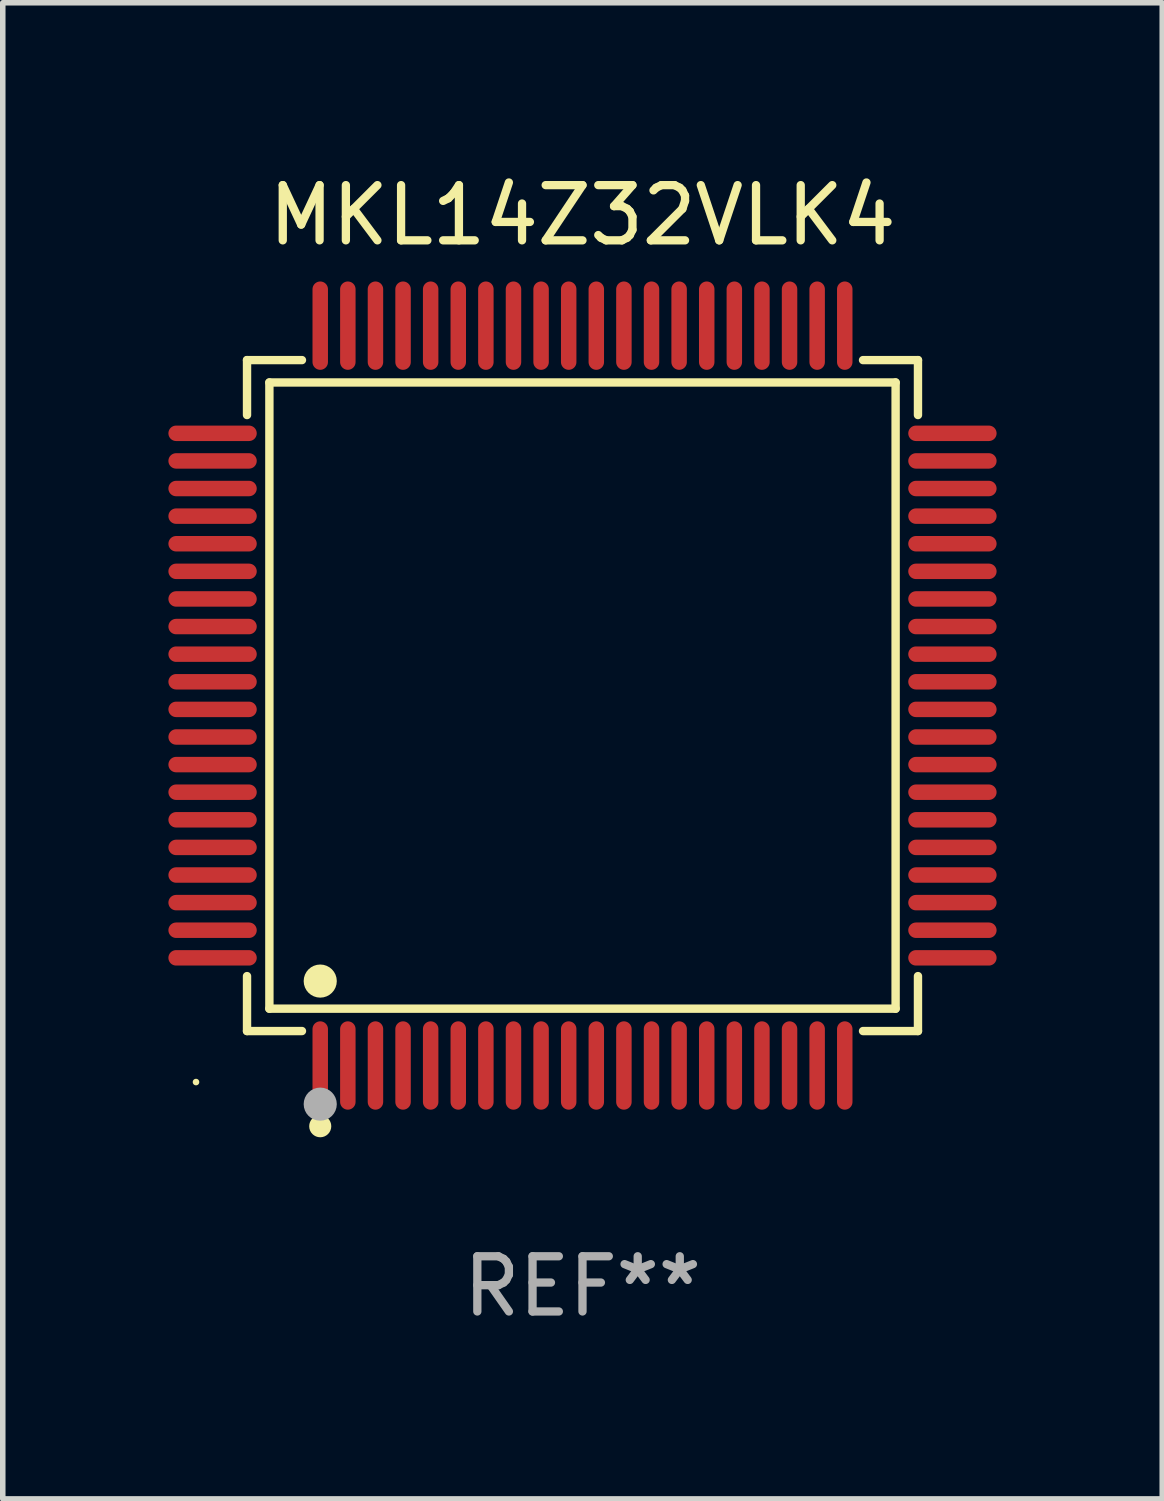
<source format=kicad_pcb>
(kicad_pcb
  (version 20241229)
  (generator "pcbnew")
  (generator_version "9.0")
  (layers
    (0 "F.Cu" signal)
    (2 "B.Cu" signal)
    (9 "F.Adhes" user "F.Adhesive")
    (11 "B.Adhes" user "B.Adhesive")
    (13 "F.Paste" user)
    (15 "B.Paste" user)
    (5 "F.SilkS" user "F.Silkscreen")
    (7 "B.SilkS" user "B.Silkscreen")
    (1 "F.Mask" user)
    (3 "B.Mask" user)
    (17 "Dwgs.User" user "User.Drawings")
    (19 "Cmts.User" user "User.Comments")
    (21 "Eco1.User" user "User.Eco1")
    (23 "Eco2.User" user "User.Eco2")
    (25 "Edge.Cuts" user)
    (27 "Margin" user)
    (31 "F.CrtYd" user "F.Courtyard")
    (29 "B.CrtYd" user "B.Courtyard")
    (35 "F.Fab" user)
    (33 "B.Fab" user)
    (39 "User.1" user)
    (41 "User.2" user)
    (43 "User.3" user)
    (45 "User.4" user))
  (footprint "MKL14Z32VLK4"
    (layer "F.Cu")
    (at 7.5 9.548)
    (property "Reference" "MKL14Z32VLK4" (at 0 -8.7 0) (layer "F.SilkS") (effects (font (size 1 1) (thickness 0.15))))
    (attr through_hole)
    (fp_line (start -6.076 -6.076) (end -5.081 -6.076) (stroke (width 0.152) (type solid)) (layer "F.SilkS"))
    (fp_line (start -6.076 -5.081) (end -6.076 -6.076) (stroke (width 0.152) (type solid)) (layer "F.SilkS"))
    (fp_line (start -6.076 5.081) (end -6.076 6.076) (stroke (width 0.152) (type solid)) (layer "F.SilkS"))
    (fp_line (start -6.076 6.076) (end -5.081 6.076) (stroke (width 0.152) (type solid)) (layer "F.SilkS"))
    (fp_line (start -5.671 -5.671) (end 5.671 -5.671) (stroke (width 0.152) (type solid)) (layer "F.SilkS"))
    (fp_line (start -5.671 5.671) (end -5.671 -5.671) (stroke (width 0.152) (type solid)) (layer "F.SilkS"))
    (fp_line (start 5.671 -5.671) (end 5.671 5.671) (stroke (width 0.152) (type solid)) (layer "F.SilkS"))
    (fp_line (start 5.671 5.671) (end -5.671 5.671) (stroke (width 0.152) (type solid)) (layer "F.SilkS"))
    (fp_line (start 6.076 -6.076) (end 5.081 -6.076) (stroke (width 0.152) (type solid)) (layer "F.SilkS"))
    (fp_line (start 6.076 -5.081) (end 6.076 -6.076) (stroke (width 0.152) (type solid)) (layer "F.SilkS"))
    (fp_line (start 6.076 5.081) (end 6.076 6.076) (stroke (width 0.152) (type solid)) (layer "F.SilkS"))
    (fp_line (start 6.076 6.076) (end 5.081 6.076) (stroke (width 0.152) (type solid)) (layer "F.SilkS"))
    (fp_circle (center -7 7) (end -6.97 7) (stroke (width 0.06) (type solid)) (fill no) (layer "F.SilkS"))
    (fp_circle (center -4.75 5.171) (end -4.6 5.171) (stroke (width 0.3) (type solid)) (fill no) (layer "F.SilkS"))
    (fp_circle (center -4.75 7.8) (end -4.65 7.8) (stroke (width 0.2) (type solid)) (fill no) (layer "F.SilkS"))
    (fp_circle (center -4.75 7.4) (end -4.6 7.4) (stroke (width 0.3) (type solid)) (fill no) (layer "F.Fab"))
    (fp_text user "REF**" (at 0 10.7 0) (layer "F.Fab") (effects (font (size 1 1) (thickness 0.15))))
    (pad "1" smd oval (at -4.75 6.7) (size 0.28 1.6) (layers "F.Cu" "F.Mask" "F.Paste"))
    (pad "2" smd oval (at -4.25 6.7) (size 0.28 1.6) (layers "F.Cu" "F.Mask" "F.Paste"))
    (pad "3" smd oval (at -3.75 6.7) (size 0.28 1.6) (layers "F.Cu" "F.Mask" "F.Paste"))
    (pad "4" smd oval (at -3.25 6.7) (size 0.28 1.6) (layers "F.Cu" "F.Mask" "F.Paste"))
    (pad "5" smd oval (at -2.75 6.7) (size 0.28 1.6) (layers "F.Cu" "F.Mask" "F.Paste"))
    (pad "6" smd oval (at -2.25 6.7) (size 0.28 1.6) (layers "F.Cu" "F.Mask" "F.Paste"))
    (pad "7" smd oval (at -1.75 6.7) (size 0.28 1.6) (layers "F.Cu" "F.Mask" "F.Paste"))
    (pad "8" smd oval (at -1.25 6.7) (size 0.28 1.6) (layers "F.Cu" "F.Mask" "F.Paste"))
    (pad "9" smd oval (at -0.75 6.7) (size 0.28 1.6) (layers "F.Cu" "F.Mask" "F.Paste"))
    (pad "10" smd oval (at -0.25 6.7) (size 0.28 1.6) (layers "F.Cu" "F.Mask" "F.Paste"))
    (pad "11" smd oval (at 0.25 6.7) (size 0.28 1.6) (layers "F.Cu" "F.Mask" "F.Paste"))
    (pad "12" smd oval (at 0.75 6.7) (size 0.28 1.6) (layers "F.Cu" "F.Mask" "F.Paste"))
    (pad "13" smd oval (at 1.25 6.7) (size 0.28 1.6) (layers "F.Cu" "F.Mask" "F.Paste"))
    (pad "14" smd oval (at 1.75 6.7) (size 0.28 1.6) (layers "F.Cu" "F.Mask" "F.Paste"))
    (pad "15" smd oval (at 2.25 6.7) (size 0.28 1.6) (layers "F.Cu" "F.Mask" "F.Paste"))
    (pad "16" smd oval (at 2.75 6.7) (size 0.28 1.6) (layers "F.Cu" "F.Mask" "F.Paste"))
    (pad "17" smd oval (at 3.25 6.7) (size 0.28 1.6) (layers "F.Cu" "F.Mask" "F.Paste"))
    (pad "18" smd oval (at 3.75 6.7) (size 0.28 1.6) (layers "F.Cu" "F.Mask" "F.Paste"))
    (pad "19" smd oval (at 4.25 6.7) (size 0.28 1.6) (layers "F.Cu" "F.Mask" "F.Paste"))
    (pad "20" smd oval (at 4.75 6.7) (size 0.28 1.6) (layers "F.Cu" "F.Mask" "F.Paste"))
    (pad "21" smd oval (at 6.7 4.75) (size 1.6 0.28) (layers "F.Cu" "F.Mask" "F.Paste"))
    (pad "22" smd oval (at 6.7 4.25) (size 1.6 0.28) (layers "F.Cu" "F.Mask" "F.Paste"))
    (pad "23" smd oval (at 6.7 3.75) (size 1.6 0.28) (layers "F.Cu" "F.Mask" "F.Paste"))
    (pad "24" smd oval (at 6.7 3.25) (size 1.6 0.28) (layers "F.Cu" "F.Mask" "F.Paste"))
    (pad "25" smd oval (at 6.7 2.75) (size 1.6 0.28) (layers "F.Cu" "F.Mask" "F.Paste"))
    (pad "26" smd oval (at 6.7 2.25) (size 1.6 0.28) (layers "F.Cu" "F.Mask" "F.Paste"))
    (pad "27" smd oval (at 6.7 1.75) (size 1.6 0.28) (layers "F.Cu" "F.Mask" "F.Paste"))
    (pad "28" smd oval (at 6.7 1.25) (size 1.6 0.28) (layers "F.Cu" "F.Mask" "F.Paste"))
    (pad "29" smd oval (at 6.7 0.75) (size 1.6 0.28) (layers "F.Cu" "F.Mask" "F.Paste"))
    (pad "30" smd oval (at 6.7 0.25) (size 1.6 0.28) (layers "F.Cu" "F.Mask" "F.Paste"))
    (pad "31" smd oval (at 6.7 -0.25) (size 1.6 0.28) (layers "F.Cu" "F.Mask" "F.Paste"))
    (pad "32" smd oval (at 6.7 -0.75) (size 1.6 0.28) (layers "F.Cu" "F.Mask" "F.Paste"))
    (pad "33" smd oval (at 6.7 -1.25) (size 1.6 0.28) (layers "F.Cu" "F.Mask" "F.Paste"))
    (pad "34" smd oval (at 6.7 -1.75) (size 1.6 0.28) (layers "F.Cu" "F.Mask" "F.Paste"))
    (pad "35" smd oval (at 6.7 -2.25) (size 1.6 0.28) (layers "F.Cu" "F.Mask" "F.Paste"))
    (pad "36" smd oval (at 6.7 -2.75) (size 1.6 0.28) (layers "F.Cu" "F.Mask" "F.Paste"))
    (pad "37" smd oval (at 6.7 -3.25) (size 1.6 0.28) (layers "F.Cu" "F.Mask" "F.Paste"))
    (pad "38" smd oval (at 6.7 -3.75) (size 1.6 0.28) (layers "F.Cu" "F.Mask" "F.Paste"))
    (pad "39" smd oval (at 6.7 -4.25) (size 1.6 0.28) (layers "F.Cu" "F.Mask" "F.Paste"))
    (pad "40" smd oval (at 6.7 -4.75) (size 1.6 0.28) (layers "F.Cu" "F.Mask" "F.Paste"))
    (pad "41" smd oval (at 4.75 -6.7) (size 0.28 1.6) (layers "F.Cu" "F.Mask" "F.Paste"))
    (pad "42" smd oval (at 4.25 -6.7) (size 0.28 1.6) (layers "F.Cu" "F.Mask" "F.Paste"))
    (pad "43" smd oval (at 3.75 -6.7) (size 0.28 1.6) (layers "F.Cu" "F.Mask" "F.Paste"))
    (pad "44" smd oval (at 3.25 -6.7) (size 0.28 1.6) (layers "F.Cu" "F.Mask" "F.Paste"))
    (pad "45" smd oval (at 2.75 -6.7) (size 0.28 1.6) (layers "F.Cu" "F.Mask" "F.Paste"))
    (pad "46" smd oval (at 2.25 -6.7) (size 0.28 1.6) (layers "F.Cu" "F.Mask" "F.Paste"))
    (pad "47" smd oval (at 1.75 -6.7) (size 0.28 1.6) (layers "F.Cu" "F.Mask" "F.Paste"))
    (pad "48" smd oval (at 1.25 -6.7) (size 0.28 1.6) (layers "F.Cu" "F.Mask" "F.Paste"))
    (pad "49" smd oval (at 0.75 -6.7) (size 0.28 1.6) (layers "F.Cu" "F.Mask" "F.Paste"))
    (pad "50" smd oval (at 0.25 -6.7) (size 0.28 1.6) (layers "F.Cu" "F.Mask" "F.Paste"))
    (pad "51" smd oval (at -0.25 -6.7) (size 0.28 1.6) (layers "F.Cu" "F.Mask" "F.Paste"))
    (pad "52" smd oval (at -0.75 -6.7) (size 0.28 1.6) (layers "F.Cu" "F.Mask" "F.Paste"))
    (pad "53" smd oval (at -1.25 -6.7) (size 0.28 1.6) (layers "F.Cu" "F.Mask" "F.Paste"))
    (pad "54" smd oval (at -1.75 -6.7) (size 0.28 1.6) (layers "F.Cu" "F.Mask" "F.Paste"))
    (pad "55" smd oval (at -2.25 -6.7) (size 0.28 1.6) (layers "F.Cu" "F.Mask" "F.Paste"))
    (pad "56" smd oval (at -2.75 -6.7) (size 0.28 1.6) (layers "F.Cu" "F.Mask" "F.Paste"))
    (pad "57" smd oval (at -3.25 -6.7) (size 0.28 1.6) (layers "F.Cu" "F.Mask" "F.Paste"))
    (pad "58" smd oval (at -3.75 -6.7) (size 0.28 1.6) (layers "F.Cu" "F.Mask" "F.Paste"))
    (pad "59" smd oval (at -4.25 -6.7) (size 0.28 1.6) (layers "F.Cu" "F.Mask" "F.Paste"))
    (pad "60" smd oval (at -4.75 -6.7) (size 0.28 1.6) (layers "F.Cu" "F.Mask" "F.Paste"))
    (pad "61" smd oval (at -6.7 -4.75) (size 1.6 0.28) (layers "F.Cu" "F.Mask" "F.Paste"))
    (pad "62" smd oval (at -6.7 -4.25) (size 1.6 0.28) (layers "F.Cu" "F.Mask" "F.Paste"))
    (pad "63" smd oval (at -6.7 -3.75) (size 1.6 0.28) (layers "F.Cu" "F.Mask" "F.Paste"))
    (pad "64" smd oval (at -6.7 -3.25) (size 1.6 0.28) (layers "F.Cu" "F.Mask" "F.Paste"))
    (pad "65" smd oval (at -6.7 -2.75) (size 1.6 0.28) (layers "F.Cu" "F.Mask" "F.Paste"))
    (pad "66" smd oval (at -6.7 -2.25) (size 1.6 0.28) (layers "F.Cu" "F.Mask" "F.Paste"))
    (pad "67" smd oval (at -6.7 -1.75) (size 1.6 0.28) (layers "F.Cu" "F.Mask" "F.Paste"))
    (pad "68" smd oval (at -6.7 -1.25) (size 1.6 0.28) (layers "F.Cu" "F.Mask" "F.Paste"))
    (pad "69" smd oval (at -6.7 -0.75) (size 1.6 0.28) (layers "F.Cu" "F.Mask" "F.Paste"))
    (pad "70" smd oval (at -6.7 -0.25) (size 1.6 0.28) (layers "F.Cu" "F.Mask" "F.Paste"))
    (pad "71" smd oval (at -6.7 0.25) (size 1.6 0.28) (layers "F.Cu" "F.Mask" "F.Paste"))
    (pad "72" smd oval (at -6.7 0.75) (size 1.6 0.28) (layers "F.Cu" "F.Mask" "F.Paste"))
    (pad "73" smd oval (at -6.7 1.25) (size 1.6 0.28) (layers "F.Cu" "F.Mask" "F.Paste"))
    (pad "74" smd oval (at -6.7 1.75) (size 1.6 0.28) (layers "F.Cu" "F.Mask" "F.Paste"))
    (pad "75" smd oval (at -6.7 2.25) (size 1.6 0.28) (layers "F.Cu" "F.Mask" "F.Paste"))
    (pad "76" smd oval (at -6.7 2.75) (size 1.6 0.28) (layers "F.Cu" "F.Mask" "F.Paste"))
    (pad "77" smd oval (at -6.7 3.25) (size 1.6 0.28) (layers "F.Cu" "F.Mask" "F.Paste"))
    (pad "78" smd oval (at -6.7 3.75) (size 1.6 0.28) (layers "F.Cu" "F.Mask" "F.Paste"))
    (pad "79" smd oval (at -6.7 4.25) (size 1.6 0.28) (layers "F.Cu" "F.Mask" "F.Paste"))
    (pad "80" smd oval (at -6.7 4.75) (size 1.6 0.28) (layers "F.Cu" "F.Mask" "F.Paste")))
  (gr_rect
    (start -3 -3)
    (end 18 24.097)
    (stroke (width 0.1) (type default))
    (fill no)
    (layer "Edge.Cuts")))
</source>
